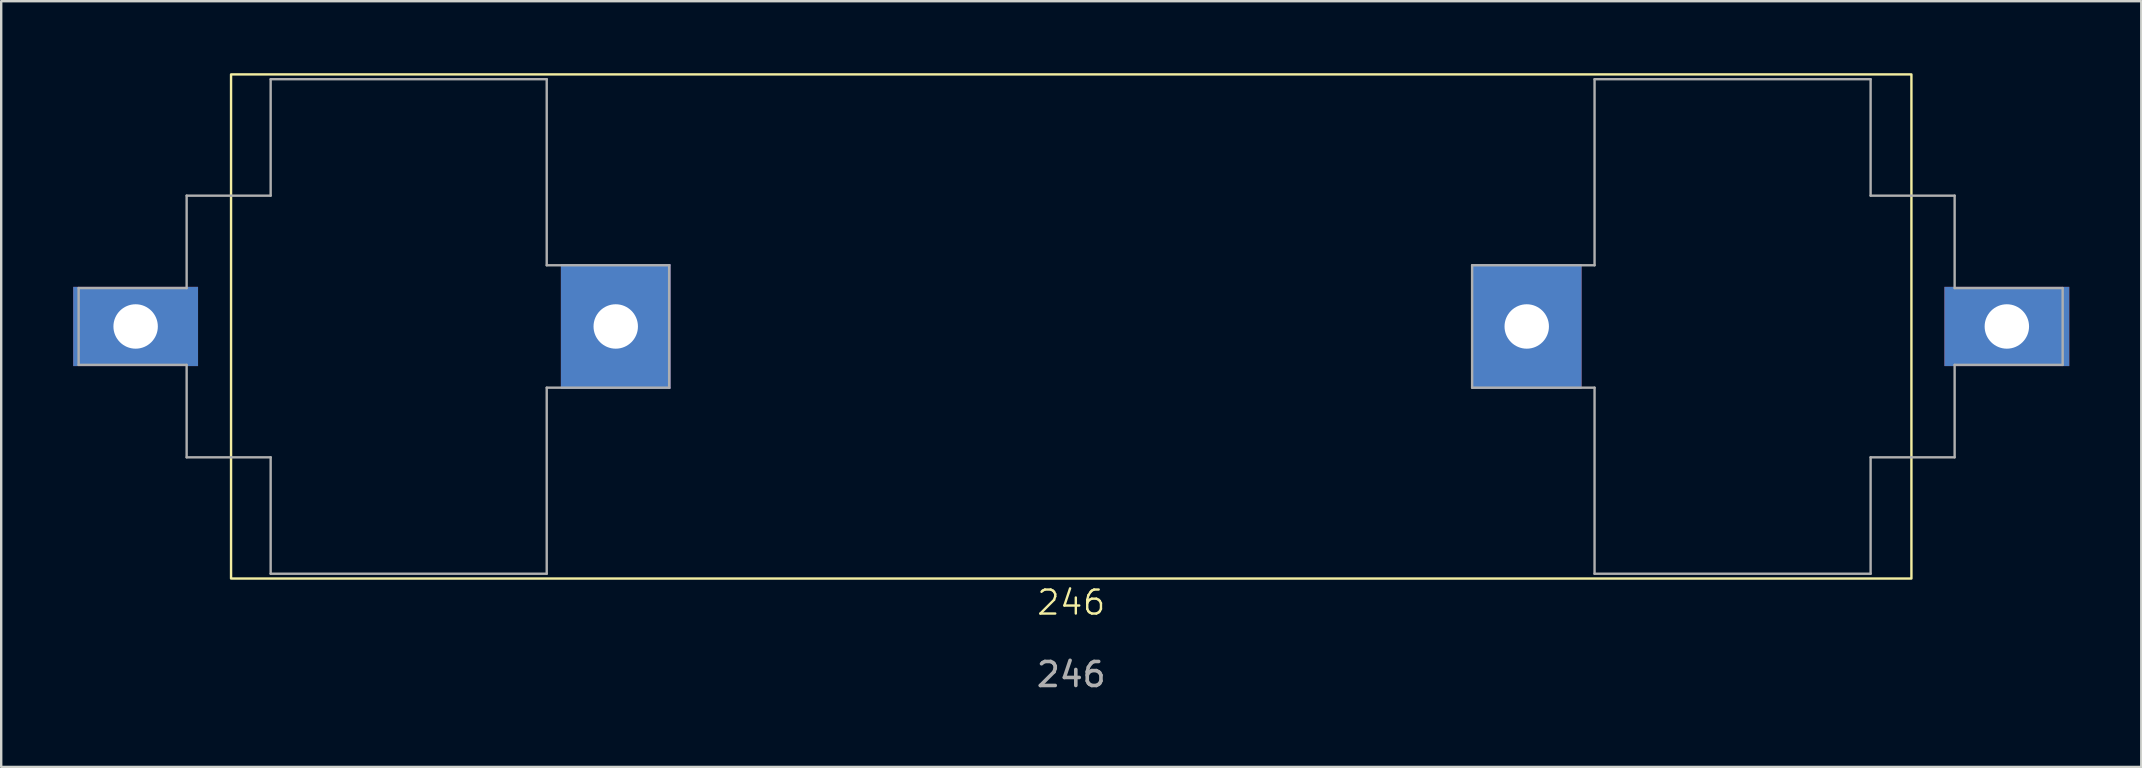
<source format=kicad_pcb>
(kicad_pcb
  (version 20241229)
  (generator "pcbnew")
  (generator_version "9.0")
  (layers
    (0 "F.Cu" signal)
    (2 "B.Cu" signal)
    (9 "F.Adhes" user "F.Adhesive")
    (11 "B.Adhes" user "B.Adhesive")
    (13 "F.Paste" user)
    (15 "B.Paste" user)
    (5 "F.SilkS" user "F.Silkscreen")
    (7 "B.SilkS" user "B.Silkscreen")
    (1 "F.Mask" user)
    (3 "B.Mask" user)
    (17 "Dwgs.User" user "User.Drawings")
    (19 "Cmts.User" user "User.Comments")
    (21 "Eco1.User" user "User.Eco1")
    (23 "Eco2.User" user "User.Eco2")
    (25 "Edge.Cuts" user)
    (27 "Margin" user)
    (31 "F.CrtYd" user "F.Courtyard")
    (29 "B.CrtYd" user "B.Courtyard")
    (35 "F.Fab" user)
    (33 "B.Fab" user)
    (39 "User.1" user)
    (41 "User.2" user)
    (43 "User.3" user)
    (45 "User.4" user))
  (footprint "246"
    (layer "F.Cu")
    (at 41.575 10.55)
    (property "Reference" "246" (at 0 11.5 0) (unlocked yes) (layer "F.SilkS") (effects (font (size 1 1) (thickness 0.1))))
    (attr smd)
    (fp_rect (start -35 -10.5) (end 35 10.5) (stroke (width 0.1) (type default)) (fill no) (layer "F.SilkS"))
    (fp_line (start -41.35 -1.6) (end -36.85 -1.6) (stroke (width 0.1) (type default)) (layer "F.Fab"))
    (fp_line (start -41.35 1.6) (end -41.35 -1.6) (stroke (width 0.1) (type default)) (layer "F.Fab"))
    (fp_line (start -36.85 -5.45) (end -36.85 -1.6) (stroke (width 0.1) (type default)) (layer "F.Fab"))
    (fp_line (start -36.85 1.6) (end -41.35 1.6) (stroke (width 0.1) (type default)) (layer "F.Fab"))
    (fp_line (start -36.85 1.6) (end -36.85 5.45) (stroke (width 0.1) (type default)) (layer "F.Fab"))
    (fp_line (start -36.85 5.45) (end -33.35 5.45) (stroke (width 0.1) (type default)) (layer "F.Fab"))
    (fp_line (start -33.35 -10.3) (end -33.35 -5.45) (stroke (width 0.1) (type default)) (layer "F.Fab"))
    (fp_line (start -33.35 -5.45) (end -36.85 -5.45) (stroke (width 0.1) (type default)) (layer "F.Fab"))
    (fp_line (start -33.35 5.45) (end -33.35 10.3) (stroke (width 0.1) (type default)) (layer "F.Fab"))
    (fp_line (start -33.35 10.3) (end -21.85 10.3) (stroke (width 0.1) (type default)) (layer "F.Fab"))
    (fp_line (start -21.85 -10.3) (end -33.35 -10.3) (stroke (width 0.1) (type default)) (layer "F.Fab"))
    (fp_line (start -21.85 -10.3) (end -21.85 -2.55) (stroke (width 0.1) (type default)) (layer "F.Fab"))
    (fp_line (start -21.85 -2.55) (end -16.75 -2.55) (stroke (width 0.1) (type default)) (layer "F.Fab"))
    (fp_line (start -21.85 2.55) (end -21.85 10.3) (stroke (width 0.1) (type default)) (layer "F.Fab"))
    (fp_line (start -21.85 2.55) (end -16.75 2.55) (stroke (width 0.1) (type default)) (layer "F.Fab"))
    (fp_line (start -16.75 -2.55) (end -16.75 2.55) (stroke (width 0.1) (type default)) (layer "F.Fab"))
    (fp_line (start 16.7 2.55) (end 16.7 -2.55) (stroke (width 0.1) (type default)) (layer "F.Fab"))
    (fp_line (start 21.8 -2.55) (end 16.7 -2.55) (stroke (width 0.1) (type default)) (layer "F.Fab"))
    (fp_line (start 21.8 -2.55) (end 21.8 -10.3) (stroke (width 0.1) (type default)) (layer "F.Fab"))
    (fp_line (start 21.8 2.55) (end 16.7 2.55) (stroke (width 0.1) (type default)) (layer "F.Fab"))
    (fp_line (start 21.8 10.3) (end 21.8 2.55) (stroke (width 0.1) (type default)) (layer "F.Fab"))
    (fp_line (start 21.8 10.3) (end 33.3 10.3) (stroke (width 0.1) (type default)) (layer "F.Fab"))
    (fp_line (start 33.3 -10.3) (end 21.8 -10.3) (stroke (width 0.1) (type default)) (layer "F.Fab"))
    (fp_line (start 33.3 -5.45) (end 33.3 -10.3) (stroke (width 0.1) (type default)) (layer "F.Fab"))
    (fp_line (start 33.3 5.45) (end 36.8 5.45) (stroke (width 0.1) (type default)) (layer "F.Fab"))
    (fp_line (start 33.3 10.3) (end 33.3 5.45) (stroke (width 0.1) (type default)) (layer "F.Fab"))
    (fp_line (start 36.8 -5.45) (end 33.3 -5.45) (stroke (width 0.1) (type default)) (layer "F.Fab"))
    (fp_line (start 36.8 -1.6) (end 36.8 -5.45) (stroke (width 0.1) (type default)) (layer "F.Fab"))
    (fp_line (start 36.8 -1.6) (end 41.3 -1.6) (stroke (width 0.1) (type default)) (layer "F.Fab"))
    (fp_line (start 36.8 5.45) (end 36.8 1.6) (stroke (width 0.1) (type default)) (layer "F.Fab"))
    (fp_line (start 41.3 -1.6) (end 41.3 1.6) (stroke (width 0.1) (type default)) (layer "F.Fab"))
    (fp_line (start 41.3 1.6) (end 36.8 1.6) (stroke (width 0.1) (type default)) (layer "F.Fab"))
    (fp_text user "${REFERENCE}" (at 0 14.5 0) (unlocked yes) (layer "F.Fab") (effects (font (size 1 1) (thickness 0.15))))
    (pad "1" thru_hole rect (at -38.975 0) (size 5.2 3.3) (drill 1.85) (layers "*.Cu" "*.Mask"))
    (pad "1" thru_hole rect (at -18.975 0) (size 4.57 5.2) (drill 1.85) (layers "*.Cu" "*.Mask"))
    (pad "2" thru_hole rect (at 18.975 0) (size 4.57 5.2) (drill 1.85) (layers "*.Cu" "*.Mask"))
    (pad "2" thru_hole rect (at 38.975 0) (size 5.2 3.3) (drill 1.85) (layers "*.Cu" "*.Mask")))
  (gr_rect
    (start -3 -3)
    (end 86.15 28.898)
    (stroke (width 0.1) (type default))
    (fill no)
    (layer "Edge.Cuts")))
</source>
